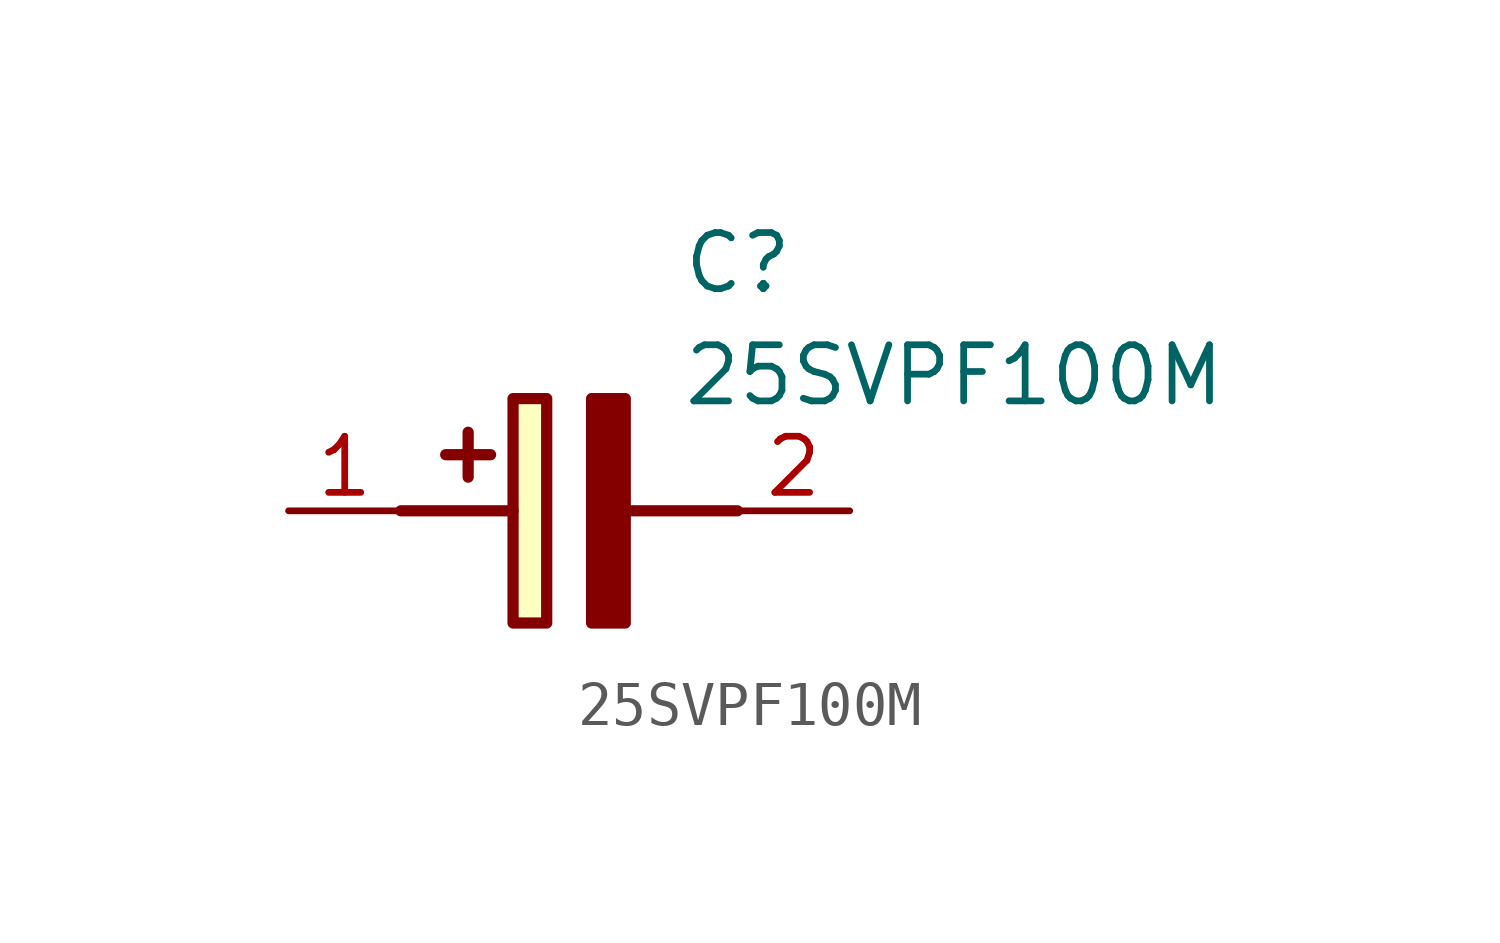
<source format=kicad_sym>
(kicad_symbol_lib
  (version 20211014)
  (generator SamacSys_ECAD_Model)
  (symbol "25SVPF100M"
    (pin_names hide)
    (property "Reference" "C"
      (at 8.89 6.35 0)
      (effects (font (size 1.27 1.27)) (justify left top)))
    (property "Value" "25SVPF100M"
      (at 8.89 3.81 0)
      (effects (font (size 1.27 1.27)) (justify left top)))
    (rectangle
      (start 5.08 2.54)
      (end 5.842 -2.54)
      (stroke (width 0.254) (type default))
      (fill (type background)))
    (polyline
      (pts (xy 4.572 1.27) (xy 3.556 1.27))
      (stroke (width 0.254) (type default))
      (fill (type none)))
    (polyline
      (pts (xy 4.064 1.778) (xy 4.064 0.762))
      (stroke (width 0.254) (type default))
      (fill (type none)))
    (polyline
      (pts (xy 2.54 0) (xy 5.08 0))
      (stroke (width 0.254) (type default))
      (fill (type none)))
    (polyline
      (pts (xy 7.62 0) (xy 10.16 0))
      (stroke (width 0.254) (type default))
      (fill (type none)))
    (polyline
      (pts (xy 7.62 2.54) (xy 7.62 -2.54) (xy 6.858 -2.54) (xy 6.858 2.54) (xy 7.62 2.54))
      (stroke (width 0.254) (type default))
      (fill (type outline)))
    (pin passive line
      (at 0 0 0)
      (length 2.54)
      (name "+" (effects (font (size 1.27 1.27))))
      (number "1" (effects (font (size 1.27 1.27)))))
    (pin passive line
      (at 12.7 0 180)
      (length 2.54)
      (name "-" (effects (font (size 1.27 1.27))))
      (number "2" (effects (font (size 1.27 1.27)))))))
</source>
